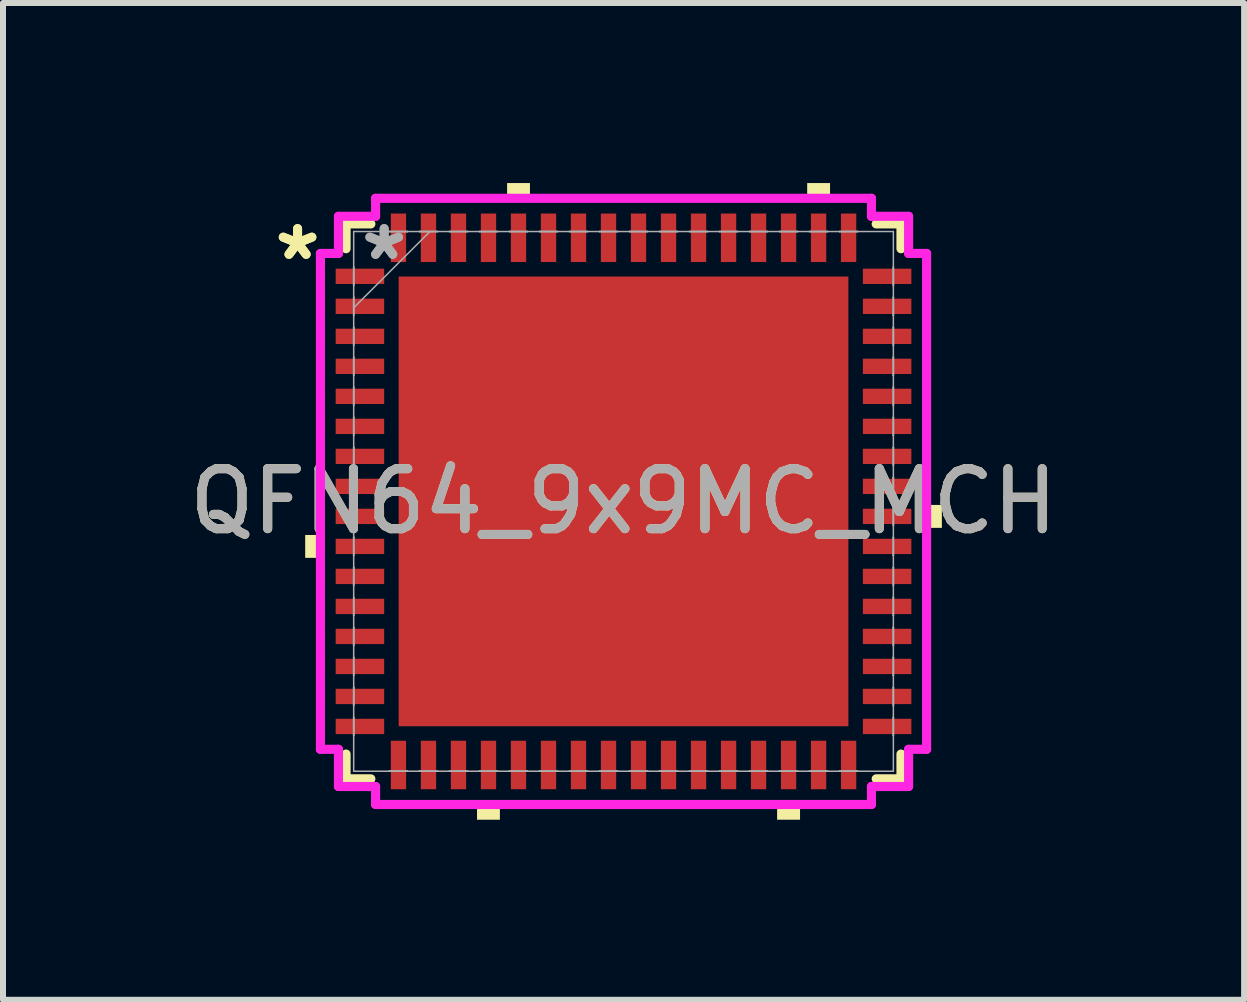
<source format=kicad_pcb>
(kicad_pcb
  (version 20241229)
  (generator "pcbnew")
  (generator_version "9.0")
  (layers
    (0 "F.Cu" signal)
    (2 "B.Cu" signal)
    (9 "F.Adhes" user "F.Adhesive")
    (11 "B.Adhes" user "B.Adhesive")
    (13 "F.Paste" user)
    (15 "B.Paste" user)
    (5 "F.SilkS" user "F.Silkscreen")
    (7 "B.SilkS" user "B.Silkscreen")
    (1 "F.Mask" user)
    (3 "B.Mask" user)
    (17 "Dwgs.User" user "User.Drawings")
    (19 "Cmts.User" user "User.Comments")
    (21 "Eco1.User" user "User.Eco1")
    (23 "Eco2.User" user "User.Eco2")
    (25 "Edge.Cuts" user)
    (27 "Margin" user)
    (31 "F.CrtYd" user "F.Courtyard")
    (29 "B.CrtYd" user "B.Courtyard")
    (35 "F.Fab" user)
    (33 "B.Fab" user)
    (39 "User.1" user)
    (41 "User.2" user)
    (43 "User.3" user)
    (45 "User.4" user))
  (footprint "QFN64_9x9MC_MCH"
    (layer "F.Cu")
    (at 7.339 5.304)
    (property "Reference" "QFN64_9x9MC_MCH" (at 0 0 0) (unlocked yes) (layer "F.SilkS") (effects (font (size 1 1) (thickness 0.15))))
    (attr smd)
    (fp_line (start -4.623 -4.623) (end -4.623 -4.21) (stroke (width 0.152) (type solid)) (layer "F.SilkS"))
    (fp_line (start -4.623 4.21) (end -4.623 4.623) (stroke (width 0.152) (type solid)) (layer "F.SilkS"))
    (fp_line (start -4.623 4.623) (end -4.21 4.623) (stroke (width 0.152) (type solid)) (layer "F.SilkS"))
    (fp_line (start -4.21 -4.623) (end -4.623 -4.623) (stroke (width 0.152) (type solid)) (layer "F.SilkS"))
    (fp_line (start 4.21 4.623) (end 4.623 4.623) (stroke (width 0.152) (type solid)) (layer "F.SilkS"))
    (fp_line (start 4.623 -4.623) (end 4.21 -4.623) (stroke (width 0.152) (type solid)) (layer "F.SilkS"))
    (fp_line (start 4.623 -4.21) (end 4.623 -4.623) (stroke (width 0.152) (type solid)) (layer "F.SilkS"))
    (fp_line (start 4.623 4.623) (end 4.623 4.21) (stroke (width 0.152) (type solid)) (layer "F.SilkS"))
    (fp_poly (pts (xy -5.304 0.56) (xy -5.304 0.941) (xy -5.05 0.941) (xy -5.05 0.56)) (stroke (width 0) (type solid)) (fill yes) (layer "F.SilkS"))
    (fp_poly (pts (xy -2.441 5.05) (xy -2.441 5.304) (xy -2.06 5.304) (xy -2.06 5.05)) (stroke (width 0) (type solid)) (fill yes) (layer "F.SilkS"))
    (fp_poly (pts (xy -1.94 -5.05) (xy -1.94 -5.304) (xy -1.559 -5.304) (xy -1.559 -5.05)) (stroke (width 0) (type solid)) (fill yes) (layer "F.SilkS"))
    (fp_poly (pts (xy 2.559 5.05) (xy 2.559 5.304) (xy 2.941 5.304) (xy 2.941 5.05)) (stroke (width 0) (type solid)) (fill yes) (layer "F.SilkS"))
    (fp_poly (pts (xy 3.06 -5.05) (xy 3.06 -5.304) (xy 3.441 -5.304) (xy 3.441 -5.05)) (stroke (width 0) (type solid)) (fill yes) (layer "F.SilkS"))
    (fp_poly (pts (xy 5.304 0.059) (xy 5.304 0.441) (xy 5.05 0.441) (xy 5.05 0.059)) (stroke (width 0) (type solid)) (fill yes) (layer "F.SilkS"))
    (fp_poly (pts (xy -3.647 -3.647) (xy -3.647 -2.348) (xy -2.348 -2.348) (xy -2.348 -3.647)) (stroke (width 0) (type solid)) (fill yes) (layer "F.Paste"))
    (fp_poly (pts (xy -3.647 -2.148) (xy -3.647 -0.849) (xy -2.348 -0.849) (xy -2.348 -2.148)) (stroke (width 0) (type solid)) (fill yes) (layer "F.Paste"))
    (fp_poly (pts (xy -3.647 -0.649) (xy -3.647 0.649) (xy -2.348 0.649) (xy -2.348 -0.649)) (stroke (width 0) (type solid)) (fill yes) (layer "F.Paste"))
    (fp_poly (pts (xy -3.647 0.849) (xy -3.647 2.148) (xy -2.348 2.148) (xy -2.348 0.849)) (stroke (width 0) (type solid)) (fill yes) (layer "F.Paste"))
    (fp_poly (pts (xy -3.647 2.348) (xy -3.647 3.647) (xy -2.348 3.647) (xy -2.348 2.348)) (stroke (width 0) (type solid)) (fill yes) (layer "F.Paste"))
    (fp_poly (pts (xy -2.148 -3.647) (xy -2.148 -2.348) (xy -0.849 -2.348) (xy -0.849 -3.647)) (stroke (width 0) (type solid)) (fill yes) (layer "F.Paste"))
    (fp_poly (pts (xy -2.148 -2.148) (xy -2.148 -0.849) (xy -0.849 -0.849) (xy -0.849 -2.148)) (stroke (width 0) (type solid)) (fill yes) (layer "F.Paste"))
    (fp_poly (pts (xy -2.148 -0.649) (xy -2.148 0.649) (xy -0.849 0.649) (xy -0.849 -0.649)) (stroke (width 0) (type solid)) (fill yes) (layer "F.Paste"))
    (fp_poly (pts (xy -2.148 0.849) (xy -2.148 2.148) (xy -0.849 2.148) (xy -0.849 0.849)) (stroke (width 0) (type solid)) (fill yes) (layer "F.Paste"))
    (fp_poly (pts (xy -2.148 2.348) (xy -2.148 3.647) (xy -0.849 3.647) (xy -0.849 2.348)) (stroke (width 0) (type solid)) (fill yes) (layer "F.Paste"))
    (fp_poly (pts (xy -0.649 -3.647) (xy -0.649 -2.348) (xy 0.649 -2.348) (xy 0.649 -3.647)) (stroke (width 0) (type solid)) (fill yes) (layer "F.Paste"))
    (fp_poly (pts (xy -0.649 -2.148) (xy -0.649 -0.849) (xy 0.649 -0.849) (xy 0.649 -2.148)) (stroke (width 0) (type solid)) (fill yes) (layer "F.Paste"))
    (fp_poly (pts (xy -0.649 -0.649) (xy -0.649 0.649) (xy 0.649 0.649) (xy 0.649 -0.649)) (stroke (width 0) (type solid)) (fill yes) (layer "F.Paste"))
    (fp_poly (pts (xy -0.649 0.849) (xy -0.649 2.148) (xy 0.649 2.148) (xy 0.649 0.849)) (stroke (width 0) (type solid)) (fill yes) (layer "F.Paste"))
    (fp_poly (pts (xy -0.649 2.348) (xy -0.649 3.647) (xy 0.649 3.647) (xy 0.649 2.348)) (stroke (width 0) (type solid)) (fill yes) (layer "F.Paste"))
    (fp_poly (pts (xy 0.849 -3.647) (xy 0.849 -2.348) (xy 2.148 -2.348) (xy 2.148 -3.647)) (stroke (width 0) (type solid)) (fill yes) (layer "F.Paste"))
    (fp_poly (pts (xy 0.849 -2.148) (xy 0.849 -0.849) (xy 2.148 -0.849) (xy 2.148 -2.148)) (stroke (width 0) (type solid)) (fill yes) (layer "F.Paste"))
    (fp_poly (pts (xy 0.849 -0.649) (xy 0.849 0.649) (xy 2.148 0.649) (xy 2.148 -0.649)) (stroke (width 0) (type solid)) (fill yes) (layer "F.Paste"))
    (fp_poly (pts (xy 0.849 0.849) (xy 0.849 2.148) (xy 2.148 2.148) (xy 2.148 0.849)) (stroke (width 0) (type solid)) (fill yes) (layer "F.Paste"))
    (fp_poly (pts (xy 0.849 2.348) (xy 0.849 3.647) (xy 2.148 3.647) (xy 2.148 2.348)) (stroke (width 0) (type solid)) (fill yes) (layer "F.Paste"))
    (fp_poly (pts (xy 2.348 -3.647) (xy 2.348 -2.348) (xy 3.647 -2.348) (xy 3.647 -3.647)) (stroke (width 0) (type solid)) (fill yes) (layer "F.Paste"))
    (fp_poly (pts (xy 2.348 -2.148) (xy 2.348 -0.849) (xy 3.647 -0.849) (xy 3.647 -2.148)) (stroke (width 0) (type solid)) (fill yes) (layer "F.Paste"))
    (fp_poly (pts (xy 2.348 -0.649) (xy 2.348 0.649) (xy 3.647 0.649) (xy 3.647 -0.649)) (stroke (width 0) (type solid)) (fill yes) (layer "F.Paste"))
    (fp_poly (pts (xy 2.348 0.849) (xy 2.348 2.148) (xy 3.647 2.148) (xy 3.647 0.849)) (stroke (width 0) (type solid)) (fill yes) (layer "F.Paste"))
    (fp_poly (pts (xy 2.348 2.348) (xy 2.348 3.647) (xy 3.647 3.647) (xy 3.647 2.348)) (stroke (width 0) (type solid)) (fill yes) (layer "F.Paste"))
    (fp_line (start -5.05 -4.131) (end -4.75 -4.131) (stroke (width 0.152) (type solid)) (layer "F.CrtYd"))
    (fp_line (start -5.05 4.131) (end -5.05 -4.131) (stroke (width 0.152) (type solid)) (layer "F.CrtYd"))
    (fp_line (start -4.75 -4.75) (end -4.131 -4.75) (stroke (width 0.152) (type solid)) (layer "F.CrtYd"))
    (fp_line (start -4.75 -4.131) (end -4.75 -4.75) (stroke (width 0.152) (type solid)) (layer "F.CrtYd"))
    (fp_line (start -4.75 4.131) (end -5.05 4.131) (stroke (width 0.152) (type solid)) (layer "F.CrtYd"))
    (fp_line (start -4.75 4.75) (end -4.75 4.131) (stroke (width 0.152) (type solid)) (layer "F.CrtYd"))
    (fp_line (start -4.131 -5.05) (end 4.131 -5.05) (stroke (width 0.152) (type solid)) (layer "F.CrtYd"))
    (fp_line (start -4.131 -4.75) (end -4.131 -5.05) (stroke (width 0.152) (type solid)) (layer "F.CrtYd"))
    (fp_line (start -4.131 4.75) (end -4.75 4.75) (stroke (width 0.152) (type solid)) (layer "F.CrtYd"))
    (fp_line (start -4.131 5.05) (end -4.131 4.75) (stroke (width 0.152) (type solid)) (layer "F.CrtYd"))
    (fp_line (start 4.131 -5.05) (end 4.131 -4.75) (stroke (width 0.152) (type solid)) (layer "F.CrtYd"))
    (fp_line (start 4.131 -4.75) (end 4.75 -4.75) (stroke (width 0.152) (type solid)) (layer "F.CrtYd"))
    (fp_line (start 4.131 4.75) (end 4.131 5.05) (stroke (width 0.152) (type solid)) (layer "F.CrtYd"))
    (fp_line (start 4.131 5.05) (end -4.131 5.05) (stroke (width 0.152) (type solid)) (layer "F.CrtYd"))
    (fp_line (start 4.75 -4.75) (end 4.75 -4.131) (stroke (width 0.152) (type solid)) (layer "F.CrtYd"))
    (fp_line (start 4.75 -4.131) (end 5.05 -4.131) (stroke (width 0.152) (type solid)) (layer "F.CrtYd"))
    (fp_line (start 4.75 4.131) (end 4.75 4.75) (stroke (width 0.152) (type solid)) (layer "F.CrtYd"))
    (fp_line (start 4.75 4.75) (end 4.131 4.75) (stroke (width 0.152) (type solid)) (layer "F.CrtYd"))
    (fp_line (start 5.05 -4.131) (end 5.05 4.131) (stroke (width 0.152) (type solid)) (layer "F.CrtYd"))
    (fp_line (start 5.05 4.131) (end 4.75 4.131) (stroke (width 0.152) (type solid)) (layer "F.CrtYd"))
    (fp_line (start -4.496 -4.496) (end -4.496 -4.496) (stroke (width 0.025) (type solid)) (layer "F.Fab"))
    (fp_line (start -4.496 -4.496) (end -4.496 4.496) (stroke (width 0.025) (type solid)) (layer "F.Fab"))
    (fp_line (start -4.496 -3.902) (end -4.496 -3.902) (stroke (width 0.025) (type solid)) (layer "F.Fab"))
    (fp_line (start -4.496 -3.902) (end -4.496 -3.598) (stroke (width 0.025) (type solid)) (layer "F.Fab"))
    (fp_line (start -4.496 -3.598) (end -4.496 -3.902) (stroke (width 0.025) (type solid)) (layer "F.Fab"))
    (fp_line (start -4.496 -3.598) (end -4.496 -3.598) (stroke (width 0.025) (type solid)) (layer "F.Fab"))
    (fp_line (start -4.496 -3.402) (end -4.496 -3.402) (stroke (width 0.025) (type solid)) (layer "F.Fab"))
    (fp_line (start -4.496 -3.402) (end -4.496 -3.098) (stroke (width 0.025) (type solid)) (layer "F.Fab"))
    (fp_line (start -4.496 -3.226) (end -3.226 -4.496) (stroke (width 0.025) (type solid)) (layer "F.Fab"))
    (fp_line (start -4.496 -3.098) (end -4.496 -3.402) (stroke (width 0.025) (type solid)) (layer "F.Fab"))
    (fp_line (start -4.496 -3.098) (end -4.496 -3.098) (stroke (width 0.025) (type solid)) (layer "F.Fab"))
    (fp_line (start -4.496 -2.902) (end -4.496 -2.902) (stroke (width 0.025) (type solid)) (layer "F.Fab"))
    (fp_line (start -4.496 -2.902) (end -4.496 -2.598) (stroke (width 0.025) (type solid)) (layer "F.Fab"))
    (fp_line (start -4.496 -2.598) (end -4.496 -2.902) (stroke (width 0.025) (type solid)) (layer "F.Fab"))
    (fp_line (start -4.496 -2.598) (end -4.496 -2.598) (stroke (width 0.025) (type solid)) (layer "F.Fab"))
    (fp_line (start -4.496 -2.402) (end -4.496 -2.402) (stroke (width 0.025) (type solid)) (layer "F.Fab"))
    (fp_line (start -4.496 -2.402) (end -4.496 -2.098) (stroke (width 0.025) (type solid)) (layer "F.Fab"))
    (fp_line (start -4.496 -2.098) (end -4.496 -2.402) (stroke (width 0.025) (type solid)) (layer "F.Fab"))
    (fp_line (start -4.496 -2.098) (end -4.496 -2.098) (stroke (width 0.025) (type solid)) (layer "F.Fab"))
    (fp_line (start -4.496 -1.902) (end -4.496 -1.902) (stroke (width 0.025) (type solid)) (layer "F.Fab"))
    (fp_line (start -4.496 -1.902) (end -4.496 -1.598) (stroke (width 0.025) (type solid)) (layer "F.Fab"))
    (fp_line (start -4.496 -1.598) (end -4.496 -1.902) (stroke (width 0.025) (type solid)) (layer "F.Fab"))
    (fp_line (start -4.496 -1.598) (end -4.496 -1.598) (stroke (width 0.025) (type solid)) (layer "F.Fab"))
    (fp_line (start -4.496 -1.402) (end -4.496 -1.402) (stroke (width 0.025) (type solid)) (layer "F.Fab"))
    (fp_line (start -4.496 -1.402) (end -4.496 -1.098) (stroke (width 0.025) (type solid)) (layer "F.Fab"))
    (fp_line (start -4.496 -1.098) (end -4.496 -1.402) (stroke (width 0.025) (type solid)) (layer "F.Fab"))
    (fp_line (start -4.496 -1.098) (end -4.496 -1.098) (stroke (width 0.025) (type solid)) (layer "F.Fab"))
    (fp_line (start -4.496 -0.902) (end -4.496 -0.902) (stroke (width 0.025) (type solid)) (layer "F.Fab"))
    (fp_line (start -4.496 -0.902) (end -4.496 -0.598) (stroke (width 0.025) (type solid)) (layer "F.Fab"))
    (fp_line (start -4.496 -0.598) (end -4.496 -0.902) (stroke (width 0.025) (type solid)) (layer "F.Fab"))
    (fp_line (start -4.496 -0.598) (end -4.496 -0.598) (stroke (width 0.025) (type solid)) (layer "F.Fab"))
    (fp_line (start -4.496 -0.402) (end -4.496 -0.402) (stroke (width 0.025) (type solid)) (layer "F.Fab"))
    (fp_line (start -4.496 -0.402) (end -4.496 -0.098) (stroke (width 0.025) (type solid)) (layer "F.Fab"))
    (fp_line (start -4.496 -0.098) (end -4.496 -0.402) (stroke (width 0.025) (type solid)) (layer "F.Fab"))
    (fp_line (start -4.496 -0.098) (end -4.496 -0.098) (stroke (width 0.025) (type solid)) (layer "F.Fab"))
    (fp_line (start -4.496 0.098) (end -4.496 0.098) (stroke (width 0.025) (type solid)) (layer "F.Fab"))
    (fp_line (start -4.496 0.098) (end -4.496 0.402) (stroke (width 0.025) (type solid)) (layer "F.Fab"))
    (fp_line (start -4.496 0.402) (end -4.496 0.098) (stroke (width 0.025) (type solid)) (layer "F.Fab"))
    (fp_line (start -4.496 0.402) (end -4.496 0.402) (stroke (width 0.025) (type solid)) (layer "F.Fab"))
    (fp_line (start -4.496 0.598) (end -4.496 0.598) (stroke (width 0.025) (type solid)) (layer "F.Fab"))
    (fp_line (start -4.496 0.598) (end -4.496 0.902) (stroke (width 0.025) (type solid)) (layer "F.Fab"))
    (fp_line (start -4.496 0.902) (end -4.496 0.598) (stroke (width 0.025) (type solid)) (layer "F.Fab"))
    (fp_line (start -4.496 0.902) (end -4.496 0.902) (stroke (width 0.025) (type solid)) (layer "F.Fab"))
    (fp_line (start -4.496 1.098) (end -4.496 1.098) (stroke (width 0.025) (type solid)) (layer "F.Fab"))
    (fp_line (start -4.496 1.098) (end -4.496 1.402) (stroke (width 0.025) (type solid)) (layer "F.Fab"))
    (fp_line (start -4.496 1.402) (end -4.496 1.098) (stroke (width 0.025) (type solid)) (layer "F.Fab"))
    (fp_line (start -4.496 1.402) (end -4.496 1.402) (stroke (width 0.025) (type solid)) (layer "F.Fab"))
    (fp_line (start -4.496 1.598) (end -4.496 1.598) (stroke (width 0.025) (type solid)) (layer "F.Fab"))
    (fp_line (start -4.496 1.598) (end -4.496 1.902) (stroke (width 0.025) (type solid)) (layer "F.Fab"))
    (fp_line (start -4.496 1.902) (end -4.496 1.598) (stroke (width 0.025) (type solid)) (layer "F.Fab"))
    (fp_line (start -4.496 1.902) (end -4.496 1.902) (stroke (width 0.025) (type solid)) (layer "F.Fab"))
    (fp_line (start -4.496 2.098) (end -4.496 2.098) (stroke (width 0.025) (type solid)) (layer "F.Fab"))
    (fp_line (start -4.496 2.098) (end -4.496 2.402) (stroke (width 0.025) (type solid)) (layer "F.Fab"))
    (fp_line (start -4.496 2.402) (end -4.496 2.098) (stroke (width 0.025) (type solid)) (layer "F.Fab"))
    (fp_line (start -4.496 2.402) (end -4.496 2.402) (stroke (width 0.025) (type solid)) (layer "F.Fab"))
    (fp_line (start -4.496 2.598) (end -4.496 2.598) (stroke (width 0.025) (type solid)) (layer "F.Fab"))
    (fp_line (start -4.496 2.598) (end -4.496 2.902) (stroke (width 0.025) (type solid)) (layer "F.Fab"))
    (fp_line (start -4.496 2.902) (end -4.496 2.598) (stroke (width 0.025) (type solid)) (layer "F.Fab"))
    (fp_line (start -4.496 2.902) (end -4.496 2.902) (stroke (width 0.025) (type solid)) (layer "F.Fab"))
    (fp_line (start -4.496 3.098) (end -4.496 3.098) (stroke (width 0.025) (type solid)) (layer "F.Fab"))
    (fp_line (start -4.496 3.098) (end -4.496 3.402) (stroke (width 0.025) (type solid)) (layer "F.Fab"))
    (fp_line (start -4.496 3.402) (end -4.496 3.098) (stroke (width 0.025) (type solid)) (layer "F.Fab"))
    (fp_line (start -4.496 3.402) (end -4.496 3.402) (stroke (width 0.025) (type solid)) (layer "F.Fab"))
    (fp_line (start -4.496 3.598) (end -4.496 3.598) (stroke (width 0.025) (type solid)) (layer "F.Fab"))
    (fp_line (start -4.496 3.598) (end -4.496 3.902) (stroke (width 0.025) (type solid)) (layer "F.Fab"))
    (fp_line (start -4.496 3.902) (end -4.496 3.598) (stroke (width 0.025) (type solid)) (layer "F.Fab"))
    (fp_line (start -4.496 3.902) (end -4.496 3.902) (stroke (width 0.025) (type solid)) (layer "F.Fab"))
    (fp_line (start -4.496 4.496) (end -4.496 4.496) (stroke (width 0.025) (type solid)) (layer "F.Fab"))
    (fp_line (start -4.496 4.496) (end 4.496 4.496) (stroke (width 0.025) (type solid)) (layer "F.Fab"))
    (fp_line (start -3.902 -4.496) (end -3.902 -4.496) (stroke (width 0.025) (type solid)) (layer "F.Fab"))
    (fp_line (start -3.902 -4.496) (end -3.598 -4.496) (stroke (width 0.025) (type solid)) (layer "F.Fab"))
    (fp_line (start -3.902 4.496) (end -3.902 4.496) (stroke (width 0.025) (type solid)) (layer "F.Fab"))
    (fp_line (start -3.902 4.496) (end -3.598 4.496) (stroke (width 0.025) (type solid)) (layer "F.Fab"))
    (fp_line (start -3.598 -4.496) (end -3.902 -4.496) (stroke (width 0.025) (type solid)) (layer "F.Fab"))
    (fp_line (start -3.598 -4.496) (end -3.598 -4.496) (stroke (width 0.025) (type solid)) (layer "F.Fab"))
    (fp_line (start -3.598 4.496) (end -3.902 4.496) (stroke (width 0.025) (type solid)) (layer "F.Fab"))
    (fp_line (start -3.598 4.496) (end -3.598 4.496) (stroke (width 0.025) (type solid)) (layer "F.Fab"))
    (fp_line (start -3.402 -4.496) (end -3.402 -4.496) (stroke (width 0.025) (type solid)) (layer "F.Fab"))
    (fp_line (start -3.402 -4.496) (end -3.098 -4.496) (stroke (width 0.025) (type solid)) (layer "F.Fab"))
    (fp_line (start -3.402 4.496) (end -3.402 4.496) (stroke (width 0.025) (type solid)) (layer "F.Fab"))
    (fp_line (start -3.402 4.496) (end -3.098 4.496) (stroke (width 0.025) (type solid)) (layer "F.Fab"))
    (fp_line (start -3.098 -4.496) (end -3.402 -4.496) (stroke (width 0.025) (type solid)) (layer "F.Fab"))
    (fp_line (start -3.098 -4.496) (end -3.098 -4.496) (stroke (width 0.025) (type solid)) (layer "F.Fab"))
    (fp_line (start -3.098 4.496) (end -3.402 4.496) (stroke (width 0.025) (type solid)) (layer "F.Fab"))
    (fp_line (start -3.098 4.496) (end -3.098 4.496) (stroke (width 0.025) (type solid)) (layer "F.Fab"))
    (fp_line (start -2.902 -4.496) (end -2.902 -4.496) (stroke (width 0.025) (type solid)) (layer "F.Fab"))
    (fp_line (start -2.902 -4.496) (end -2.598 -4.496) (stroke (width 0.025) (type solid)) (layer "F.Fab"))
    (fp_line (start -2.902 4.496) (end -2.902 4.496) (stroke (width 0.025) (type solid)) (layer "F.Fab"))
    (fp_line (start -2.902 4.496) (end -2.598 4.496) (stroke (width 0.025) (type solid)) (layer "F.Fab"))
    (fp_line (start -2.598 -4.496) (end -2.902 -4.496) (stroke (width 0.025) (type solid)) (layer "F.Fab"))
    (fp_line (start -2.598 -4.496) (end -2.598 -4.496) (stroke (width 0.025) (type solid)) (layer "F.Fab"))
    (fp_line (start -2.598 4.496) (end -2.902 4.496) (stroke (width 0.025) (type solid)) (layer "F.Fab"))
    (fp_line (start -2.598 4.496) (end -2.598 4.496) (stroke (width 0.025) (type solid)) (layer "F.Fab"))
    (fp_line (start -2.402 -4.496) (end -2.402 -4.496) (stroke (width 0.025) (type solid)) (layer "F.Fab"))
    (fp_line (start -2.402 -4.496) (end -2.098 -4.496) (stroke (width 0.025) (type solid)) (layer "F.Fab"))
    (fp_line (start -2.402 4.496) (end -2.402 4.496) (stroke (width 0.025) (type solid)) (layer "F.Fab"))
    (fp_line (start -2.402 4.496) (end -2.098 4.496) (stroke (width 0.025) (type solid)) (layer "F.Fab"))
    (fp_line (start -2.098 -4.496) (end -2.402 -4.496) (stroke (width 0.025) (type solid)) (layer "F.Fab"))
    (fp_line (start -2.098 -4.496) (end -2.098 -4.496) (stroke (width 0.025) (type solid)) (layer "F.Fab"))
    (fp_line (start -2.098 4.496) (end -2.402 4.496) (stroke (width 0.025) (type solid)) (layer "F.Fab"))
    (fp_line (start -2.098 4.496) (end -2.098 4.496) (stroke (width 0.025) (type solid)) (layer "F.Fab"))
    (fp_line (start -1.902 -4.496) (end -1.902 -4.496) (stroke (width 0.025) (type solid)) (layer "F.Fab"))
    (fp_line (start -1.902 -4.496) (end -1.598 -4.496) (stroke (width 0.025) (type solid)) (layer "F.Fab"))
    (fp_line (start -1.902 4.496) (end -1.902 4.496) (stroke (width 0.025) (type solid)) (layer "F.Fab"))
    (fp_line (start -1.902 4.496) (end -1.598 4.496) (stroke (width 0.025) (type solid)) (layer "F.Fab"))
    (fp_line (start -1.598 -4.496) (end -1.902 -4.496) (stroke (width 0.025) (type solid)) (layer "F.Fab"))
    (fp_line (start -1.598 -4.496) (end -1.598 -4.496) (stroke (width 0.025) (type solid)) (layer "F.Fab"))
    (fp_line (start -1.598 4.496) (end -1.902 4.496) (stroke (width 0.025) (type solid)) (layer "F.Fab"))
    (fp_line (start -1.598 4.496) (end -1.598 4.496) (stroke (width 0.025) (type solid)) (layer "F.Fab"))
    (fp_line (start -1.402 -4.496) (end -1.402 -4.496) (stroke (width 0.025) (type solid)) (layer "F.Fab"))
    (fp_line (start -1.402 -4.496) (end -1.098 -4.496) (stroke (width 0.025) (type solid)) (layer "F.Fab"))
    (fp_line (start -1.402 4.496) (end -1.402 4.496) (stroke (width 0.025) (type solid)) (layer "F.Fab"))
    (fp_line (start -1.402 4.496) (end -1.098 4.496) (stroke (width 0.025) (type solid)) (layer "F.Fab"))
    (fp_line (start -1.098 -4.496) (end -1.402 -4.496) (stroke (width 0.025) (type solid)) (layer "F.Fab"))
    (fp_line (start -1.098 -4.496) (end -1.098 -4.496) (stroke (width 0.025) (type solid)) (layer "F.Fab"))
    (fp_line (start -1.098 4.496) (end -1.402 4.496) (stroke (width 0.025) (type solid)) (layer "F.Fab"))
    (fp_line (start -1.098 4.496) (end -1.098 4.496) (stroke (width 0.025) (type solid)) (layer "F.Fab"))
    (fp_line (start -0.902 -4.496) (end -0.902 -4.496) (stroke (width 0.025) (type solid)) (layer "F.Fab"))
    (fp_line (start -0.902 -4.496) (end -0.598 -4.496) (stroke (width 0.025) (type solid)) (layer "F.Fab"))
    (fp_line (start -0.902 4.496) (end -0.902 4.496) (stroke (width 0.025) (type solid)) (layer "F.Fab"))
    (fp_line (start -0.902 4.496) (end -0.598 4.496) (stroke (width 0.025) (type solid)) (layer "F.Fab"))
    (fp_line (start -0.598 -4.496) (end -0.902 -4.496) (stroke (width 0.025) (type solid)) (layer "F.Fab"))
    (fp_line (start -0.598 -4.496) (end -0.598 -4.496) (stroke (width 0.025) (type solid)) (layer "F.Fab"))
    (fp_line (start -0.598 4.496) (end -0.902 4.496) (stroke (width 0.025) (type solid)) (layer "F.Fab"))
    (fp_line (start -0.598 4.496) (end -0.598 4.496) (stroke (width 0.025) (type solid)) (layer "F.Fab"))
    (fp_line (start -0.402 -4.496) (end -0.402 -4.496) (stroke (width 0.025) (type solid)) (layer "F.Fab"))
    (fp_line (start -0.402 -4.496) (end -0.098 -4.496) (stroke (width 0.025) (type solid)) (layer "F.Fab"))
    (fp_line (start -0.402 4.496) (end -0.402 4.496) (stroke (width 0.025) (type solid)) (layer "F.Fab"))
    (fp_line (start -0.402 4.496) (end -0.098 4.496) (stroke (width 0.025) (type solid)) (layer "F.Fab"))
    (fp_line (start -0.098 -4.496) (end -0.402 -4.496) (stroke (width 0.025) (type solid)) (layer "F.Fab"))
    (fp_line (start -0.098 -4.496) (end -0.098 -4.496) (stroke (width 0.025) (type solid)) (layer "F.Fab"))
    (fp_line (start -0.098 4.496) (end -0.402 4.496) (stroke (width 0.025) (type solid)) (layer "F.Fab"))
    (fp_line (start -0.098 4.496) (end -0.098 4.496) (stroke (width 0.025) (type solid)) (layer "F.Fab"))
    (fp_line (start 0.098 -4.496) (end 0.098 -4.496) (stroke (width 0.025) (type solid)) (layer "F.Fab"))
    (fp_line (start 0.098 -4.496) (end 0.402 -4.496) (stroke (width 0.025) (type solid)) (layer "F.Fab"))
    (fp_line (start 0.098 4.496) (end 0.098 4.496) (stroke (width 0.025) (type solid)) (layer "F.Fab"))
    (fp_line (start 0.098 4.496) (end 0.402 4.496) (stroke (width 0.025) (type solid)) (layer "F.Fab"))
    (fp_line (start 0.402 -4.496) (end 0.098 -4.496) (stroke (width 0.025) (type solid)) (layer "F.Fab"))
    (fp_line (start 0.402 -4.496) (end 0.402 -4.496) (stroke (width 0.025) (type solid)) (layer "F.Fab"))
    (fp_line (start 0.402 4.496) (end 0.098 4.496) (stroke (width 0.025) (type solid)) (layer "F.Fab"))
    (fp_line (start 0.402 4.496) (end 0.402 4.496) (stroke (width 0.025) (type solid)) (layer "F.Fab"))
    (fp_line (start 0.598 -4.496) (end 0.598 -4.496) (stroke (width 0.025) (type solid)) (layer "F.Fab"))
    (fp_line (start 0.598 -4.496) (end 0.902 -4.496) (stroke (width 0.025) (type solid)) (layer "F.Fab"))
    (fp_line (start 0.598 4.496) (end 0.598 4.496) (stroke (width 0.025) (type solid)) (layer "F.Fab"))
    (fp_line (start 0.598 4.496) (end 0.902 4.496) (stroke (width 0.025) (type solid)) (layer "F.Fab"))
    (fp_line (start 0.902 -4.496) (end 0.598 -4.496) (stroke (width 0.025) (type solid)) (layer "F.Fab"))
    (fp_line (start 0.902 -4.496) (end 0.902 -4.496) (stroke (width 0.025) (type solid)) (layer "F.Fab"))
    (fp_line (start 0.902 4.496) (end 0.598 4.496) (stroke (width 0.025) (type solid)) (layer "F.Fab"))
    (fp_line (start 0.902 4.496) (end 0.902 4.496) (stroke (width 0.025) (type solid)) (layer "F.Fab"))
    (fp_line (start 1.098 -4.496) (end 1.098 -4.496) (stroke (width 0.025) (type solid)) (layer "F.Fab"))
    (fp_line (start 1.098 -4.496) (end 1.402 -4.496) (stroke (width 0.025) (type solid)) (layer "F.Fab"))
    (fp_line (start 1.098 4.496) (end 1.098 4.496) (stroke (width 0.025) (type solid)) (layer "F.Fab"))
    (fp_line (start 1.098 4.496) (end 1.402 4.496) (stroke (width 0.025) (type solid)) (layer "F.Fab"))
    (fp_line (start 1.402 -4.496) (end 1.098 -4.496) (stroke (width 0.025) (type solid)) (layer "F.Fab"))
    (fp_line (start 1.402 -4.496) (end 1.402 -4.496) (stroke (width 0.025) (type solid)) (layer "F.Fab"))
    (fp_line (start 1.402 4.496) (end 1.098 4.496) (stroke (width 0.025) (type solid)) (layer "F.Fab"))
    (fp_line (start 1.402 4.496) (end 1.402 4.496) (stroke (width 0.025) (type solid)) (layer "F.Fab"))
    (fp_line (start 1.598 -4.496) (end 1.598 -4.496) (stroke (width 0.025) (type solid)) (layer "F.Fab"))
    (fp_line (start 1.598 -4.496) (end 1.902 -4.496) (stroke (width 0.025) (type solid)) (layer "F.Fab"))
    (fp_line (start 1.598 4.496) (end 1.598 4.496) (stroke (width 0.025) (type solid)) (layer "F.Fab"))
    (fp_line (start 1.598 4.496) (end 1.902 4.496) (stroke (width 0.025) (type solid)) (layer "F.Fab"))
    (fp_line (start 1.902 -4.496) (end 1.598 -4.496) (stroke (width 0.025) (type solid)) (layer "F.Fab"))
    (fp_line (start 1.902 -4.496) (end 1.902 -4.496) (stroke (width 0.025) (type solid)) (layer "F.Fab"))
    (fp_line (start 1.902 4.496) (end 1.598 4.496) (stroke (width 0.025) (type solid)) (layer "F.Fab"))
    (fp_line (start 1.902 4.496) (end 1.902 4.496) (stroke (width 0.025) (type solid)) (layer "F.Fab"))
    (fp_line (start 2.098 -4.496) (end 2.098 -4.496) (stroke (width 0.025) (type solid)) (layer "F.Fab"))
    (fp_line (start 2.098 -4.496) (end 2.402 -4.496) (stroke (width 0.025) (type solid)) (layer "F.Fab"))
    (fp_line (start 2.098 4.496) (end 2.098 4.496) (stroke (width 0.025) (type solid)) (layer "F.Fab"))
    (fp_line (start 2.098 4.496) (end 2.402 4.496) (stroke (width 0.025) (type solid)) (layer "F.Fab"))
    (fp_line (start 2.402 -4.496) (end 2.098 -4.496) (stroke (width 0.025) (type solid)) (layer "F.Fab"))
    (fp_line (start 2.402 -4.496) (end 2.402 -4.496) (stroke (width 0.025) (type solid)) (layer "F.Fab"))
    (fp_line (start 2.402 4.496) (end 2.098 4.496) (stroke (width 0.025) (type solid)) (layer "F.Fab"))
    (fp_line (start 2.402 4.496) (end 2.402 4.496) (stroke (width 0.025) (type solid)) (layer "F.Fab"))
    (fp_line (start 2.598 -4.496) (end 2.598 -4.496) (stroke (width 0.025) (type solid)) (layer "F.Fab"))
    (fp_line (start 2.598 -4.496) (end 2.902 -4.496) (stroke (width 0.025) (type solid)) (layer "F.Fab"))
    (fp_line (start 2.598 4.496) (end 2.598 4.496) (stroke (width 0.025) (type solid)) (layer "F.Fab"))
    (fp_line (start 2.598 4.496) (end 2.902 4.496) (stroke (width 0.025) (type solid)) (layer "F.Fab"))
    (fp_line (start 2.902 -4.496) (end 2.598 -4.496) (stroke (width 0.025) (type solid)) (layer "F.Fab"))
    (fp_line (start 2.902 -4.496) (end 2.902 -4.496) (stroke (width 0.025) (type solid)) (layer "F.Fab"))
    (fp_line (start 2.902 4.496) (end 2.598 4.496) (stroke (width 0.025) (type solid)) (layer "F.Fab"))
    (fp_line (start 2.902 4.496) (end 2.902 4.496) (stroke (width 0.025) (type solid)) (layer "F.Fab"))
    (fp_line (start 3.098 -4.496) (end 3.098 -4.496) (stroke (width 0.025) (type solid)) (layer "F.Fab"))
    (fp_line (start 3.098 -4.496) (end 3.402 -4.496) (stroke (width 0.025) (type solid)) (layer "F.Fab"))
    (fp_line (start 3.098 4.496) (end 3.098 4.496) (stroke (width 0.025) (type solid)) (layer "F.Fab"))
    (fp_line (start 3.098 4.496) (end 3.402 4.496) (stroke (width 0.025) (type solid)) (layer "F.Fab"))
    (fp_line (start 3.402 -4.496) (end 3.098 -4.496) (stroke (width 0.025) (type solid)) (layer "F.Fab"))
    (fp_line (start 3.402 -4.496) (end 3.402 -4.496) (stroke (width 0.025) (type solid)) (layer "F.Fab"))
    (fp_line (start 3.402 4.496) (end 3.098 4.496) (stroke (width 0.025) (type solid)) (layer "F.Fab"))
    (fp_line (start 3.402 4.496) (end 3.402 4.496) (stroke (width 0.025) (type solid)) (layer "F.Fab"))
    (fp_line (start 3.598 -4.496) (end 3.598 -4.496) (stroke (width 0.025) (type solid)) (layer "F.Fab"))
    (fp_line (start 3.598 -4.496) (end 3.902 -4.496) (stroke (width 0.025) (type solid)) (layer "F.Fab"))
    (fp_line (start 3.598 4.496) (end 3.598 4.496) (stroke (width 0.025) (type solid)) (layer "F.Fab"))
    (fp_line (start 3.598 4.496) (end 3.902 4.496) (stroke (width 0.025) (type solid)) (layer "F.Fab"))
    (fp_line (start 3.902 -4.496) (end 3.598 -4.496) (stroke (width 0.025) (type solid)) (layer "F.Fab"))
    (fp_line (start 3.902 -4.496) (end 3.902 -4.496) (stroke (width 0.025) (type solid)) (layer "F.Fab"))
    (fp_line (start 3.902 4.496) (end 3.598 4.496) (stroke (width 0.025) (type solid)) (layer "F.Fab"))
    (fp_line (start 3.902 4.496) (end 3.902 4.496) (stroke (width 0.025) (type solid)) (layer "F.Fab"))
    (fp_line (start 4.496 -4.496) (end -4.496 -4.496) (stroke (width 0.025) (type solid)) (layer "F.Fab"))
    (fp_line (start 4.496 -4.496) (end 4.496 -4.496) (stroke (width 0.025) (type solid)) (layer "F.Fab"))
    (fp_line (start 4.496 -3.902) (end 4.496 -3.902) (stroke (width 0.025) (type solid)) (layer "F.Fab"))
    (fp_line (start 4.496 -3.902) (end 4.496 -3.598) (stroke (width 0.025) (type solid)) (layer "F.Fab"))
    (fp_line (start 4.496 -3.598) (end 4.496 -3.902) (stroke (width 0.025) (type solid)) (layer "F.Fab"))
    (fp_line (start 4.496 -3.598) (end 4.496 -3.598) (stroke (width 0.025) (type solid)) (layer "F.Fab"))
    (fp_line (start 4.496 -3.402) (end 4.496 -3.402) (stroke (width 0.025) (type solid)) (layer "F.Fab"))
    (fp_line (start 4.496 -3.402) (end 4.496 -3.098) (stroke (width 0.025) (type solid)) (layer "F.Fab"))
    (fp_line (start 4.496 -3.098) (end 4.496 -3.402) (stroke (width 0.025) (type solid)) (layer "F.Fab"))
    (fp_line (start 4.496 -3.098) (end 4.496 -3.098) (stroke (width 0.025) (type solid)) (layer "F.Fab"))
    (fp_line (start 4.496 -2.902) (end 4.496 -2.902) (stroke (width 0.025) (type solid)) (layer "F.Fab"))
    (fp_line (start 4.496 -2.902) (end 4.496 -2.598) (stroke (width 0.025) (type solid)) (layer "F.Fab"))
    (fp_line (start 4.496 -2.598) (end 4.496 -2.902) (stroke (width 0.025) (type solid)) (layer "F.Fab"))
    (fp_line (start 4.496 -2.598) (end 4.496 -2.598) (stroke (width 0.025) (type solid)) (layer "F.Fab"))
    (fp_line (start 4.496 -2.402) (end 4.496 -2.402) (stroke (width 0.025) (type solid)) (layer "F.Fab"))
    (fp_line (start 4.496 -2.402) (end 4.496 -2.098) (stroke (width 0.025) (type solid)) (layer "F.Fab"))
    (fp_line (start 4.496 -2.098) (end 4.496 -2.402) (stroke (width 0.025) (type solid)) (layer "F.Fab"))
    (fp_line (start 4.496 -2.098) (end 4.496 -2.098) (stroke (width 0.025) (type solid)) (layer "F.Fab"))
    (fp_line (start 4.496 -1.902) (end 4.496 -1.902) (stroke (width 0.025) (type solid)) (layer "F.Fab"))
    (fp_line (start 4.496 -1.902) (end 4.496 -1.598) (stroke (width 0.025) (type solid)) (layer "F.Fab"))
    (fp_line (start 4.496 -1.598) (end 4.496 -1.902) (stroke (width 0.025) (type solid)) (layer "F.Fab"))
    (fp_line (start 4.496 -1.598) (end 4.496 -1.598) (stroke (width 0.025) (type solid)) (layer "F.Fab"))
    (fp_line (start 4.496 -1.402) (end 4.496 -1.402) (stroke (width 0.025) (type solid)) (layer "F.Fab"))
    (fp_line (start 4.496 -1.402) (end 4.496 -1.098) (stroke (width 0.025) (type solid)) (layer "F.Fab"))
    (fp_line (start 4.496 -1.098) (end 4.496 -1.402) (stroke (width 0.025) (type solid)) (layer "F.Fab"))
    (fp_line (start 4.496 -1.098) (end 4.496 -1.098) (stroke (width 0.025) (type solid)) (layer "F.Fab"))
    (fp_line (start 4.496 -0.902) (end 4.496 -0.902) (stroke (width 0.025) (type solid)) (layer "F.Fab"))
    (fp_line (start 4.496 -0.902) (end 4.496 -0.598) (stroke (width 0.025) (type solid)) (layer "F.Fab"))
    (fp_line (start 4.496 -0.598) (end 4.496 -0.902) (stroke (width 0.025) (type solid)) (layer "F.Fab"))
    (fp_line (start 4.496 -0.598) (end 4.496 -0.598) (stroke (width 0.025) (type solid)) (layer "F.Fab"))
    (fp_line (start 4.496 -0.402) (end 4.496 -0.402) (stroke (width 0.025) (type solid)) (layer "F.Fab"))
    (fp_line (start 4.496 -0.402) (end 4.496 -0.098) (stroke (width 0.025) (type solid)) (layer "F.Fab"))
    (fp_line (start 4.496 -0.098) (end 4.496 -0.402) (stroke (width 0.025) (type solid)) (layer "F.Fab"))
    (fp_line (start 4.496 -0.098) (end 4.496 -0.098) (stroke (width 0.025) (type solid)) (layer "F.Fab"))
    (fp_line (start 4.496 0.098) (end 4.496 0.098) (stroke (width 0.025) (type solid)) (layer "F.Fab"))
    (fp_line (start 4.496 0.098) (end 4.496 0.402) (stroke (width 0.025) (type solid)) (layer "F.Fab"))
    (fp_line (start 4.496 0.402) (end 4.496 0.098) (stroke (width 0.025) (type solid)) (layer "F.Fab"))
    (fp_line (start 4.496 0.402) (end 4.496 0.402) (stroke (width 0.025) (type solid)) (layer "F.Fab"))
    (fp_line (start 4.496 0.598) (end 4.496 0.598) (stroke (width 0.025) (type solid)) (layer "F.Fab"))
    (fp_line (start 4.496 0.598) (end 4.496 0.902) (stroke (width 0.025) (type solid)) (layer "F.Fab"))
    (fp_line (start 4.496 0.902) (end 4.496 0.598) (stroke (width 0.025) (type solid)) (layer "F.Fab"))
    (fp_line (start 4.496 0.902) (end 4.496 0.902) (stroke (width 0.025) (type solid)) (layer "F.Fab"))
    (fp_line (start 4.496 1.098) (end 4.496 1.098) (stroke (width 0.025) (type solid)) (layer "F.Fab"))
    (fp_line (start 4.496 1.098) (end 4.496 1.402) (stroke (width 0.025) (type solid)) (layer "F.Fab"))
    (fp_line (start 4.496 1.402) (end 4.496 1.098) (stroke (width 0.025) (type solid)) (layer "F.Fab"))
    (fp_line (start 4.496 1.402) (end 4.496 1.402) (stroke (width 0.025) (type solid)) (layer "F.Fab"))
    (fp_line (start 4.496 1.598) (end 4.496 1.598) (stroke (width 0.025) (type solid)) (layer "F.Fab"))
    (fp_line (start 4.496 1.598) (end 4.496 1.902) (stroke (width 0.025) (type solid)) (layer "F.Fab"))
    (fp_line (start 4.496 1.902) (end 4.496 1.598) (stroke (width 0.025) (type solid)) (layer "F.Fab"))
    (fp_line (start 4.496 1.902) (end 4.496 1.902) (stroke (width 0.025) (type solid)) (layer "F.Fab"))
    (fp_line (start 4.496 2.098) (end 4.496 2.098) (stroke (width 0.025) (type solid)) (layer "F.Fab"))
    (fp_line (start 4.496 2.098) (end 4.496 2.402) (stroke (width 0.025) (type solid)) (layer "F.Fab"))
    (fp_line (start 4.496 2.402) (end 4.496 2.098) (stroke (width 0.025) (type solid)) (layer "F.Fab"))
    (fp_line (start 4.496 2.402) (end 4.496 2.402) (stroke (width 0.025) (type solid)) (layer "F.Fab"))
    (fp_line (start 4.496 2.598) (end 4.496 2.598) (stroke (width 0.025) (type solid)) (layer "F.Fab"))
    (fp_line (start 4.496 2.598) (end 4.496 2.902) (stroke (width 0.025) (type solid)) (layer "F.Fab"))
    (fp_line (start 4.496 2.902) (end 4.496 2.598) (stroke (width 0.025) (type solid)) (layer "F.Fab"))
    (fp_line (start 4.496 2.902) (end 4.496 2.902) (stroke (width 0.025) (type solid)) (layer "F.Fab"))
    (fp_line (start 4.496 3.098) (end 4.496 3.098) (stroke (width 0.025) (type solid)) (layer "F.Fab"))
    (fp_line (start 4.496 3.098) (end 4.496 3.402) (stroke (width 0.025) (type solid)) (layer "F.Fab"))
    (fp_line (start 4.496 3.402) (end 4.496 3.098) (stroke (width 0.025) (type solid)) (layer "F.Fab"))
    (fp_line (start 4.496 3.402) (end 4.496 3.402) (stroke (width 0.025) (type solid)) (layer "F.Fab"))
    (fp_line (start 4.496 3.598) (end 4.496 3.598) (stroke (width 0.025) (type solid)) (layer "F.Fab"))
    (fp_line (start 4.496 3.598) (end 4.496 3.902) (stroke (width 0.025) (type solid)) (layer "F.Fab"))
    (fp_line (start 4.496 3.902) (end 4.496 3.598) (stroke (width 0.025) (type solid)) (layer "F.Fab"))
    (fp_line (start 4.496 3.902) (end 4.496 3.902) (stroke (width 0.025) (type solid)) (layer "F.Fab"))
    (fp_line (start 4.496 4.496) (end 4.496 -4.496) (stroke (width 0.025) (type solid)) (layer "F.Fab"))
    (fp_line (start 4.496 4.496) (end 4.496 4.496) (stroke (width 0.025) (type solid)) (layer "F.Fab"))
    (fp_text user "*" (at -5.431 -4 0) (layer "F.SilkS") (effects (font (size 1 1) (thickness 0.15))))
    (fp_text user "*" (at -5.431 -4 0) (unlocked yes) (layer "F.SilkS") (effects (font (size 1 1) (thickness 0.15))))
    (fp_text user "*" (at -3.988 -4 0) (layer "F.Fab") (effects (font (size 1 1) (thickness 0.15))))
    (fp_text user "${REFERENCE}" (at 0 0 0) (unlocked yes) (layer "F.Fab") (effects (font (size 1 1) (thickness 0.15))))
    (fp_text user "*" (at -3.988 -4 0) (unlocked yes) (layer "F.Fab") (effects (font (size 1 1) (thickness 0.15))))
    (pad "1" smd rect (at -4.392 -3.75 90) (size 0.255 0.808) (layers "F.Cu" "F.Mask" "F.Paste"))
    (pad "2" smd rect (at -4.392 -3.25 90) (size 0.255 0.808) (layers "F.Cu" "F.Mask" "F.Paste"))
    (pad "3" smd rect (at -4.392 -2.75 90) (size 0.255 0.808) (layers "F.Cu" "F.Mask" "F.Paste"))
    (pad "4" smd rect (at -4.392 -2.25 90) (size 0.255 0.808) (layers "F.Cu" "F.Mask" "F.Paste"))
    (pad "5" smd rect (at -4.392 -1.75 90) (size 0.255 0.808) (layers "F.Cu" "F.Mask" "F.Paste"))
    (pad "6" smd rect (at -4.392 -1.25 90) (size 0.255 0.808) (layers "F.Cu" "F.Mask" "F.Paste"))
    (pad "7" smd rect (at -4.392 -0.75 90) (size 0.255 0.808) (layers "F.Cu" "F.Mask" "F.Paste"))
    (pad "8" smd rect (at -4.392 -0.25 90) (size 0.255 0.808) (layers "F.Cu" "F.Mask" "F.Paste"))
    (pad "9" smd rect (at -4.392 0.25 90) (size 0.255 0.808) (layers "F.Cu" "F.Mask" "F.Paste"))
    (pad "10" smd rect (at -4.392 0.75 90) (size 0.255 0.808) (layers "F.Cu" "F.Mask" "F.Paste"))
    (pad "11" smd rect (at -4.392 1.25 90) (size 0.255 0.808) (layers "F.Cu" "F.Mask" "F.Paste"))
    (pad "12" smd rect (at -4.392 1.75 90) (size 0.255 0.808) (layers "F.Cu" "F.Mask" "F.Paste"))
    (pad "13" smd rect (at -4.392 2.25 90) (size 0.255 0.808) (layers "F.Cu" "F.Mask" "F.Paste"))
    (pad "14" smd rect (at -4.392 2.75 90) (size 0.255 0.808) (layers "F.Cu" "F.Mask" "F.Paste"))
    (pad "15" smd rect (at -4.392 3.25 90) (size 0.255 0.808) (layers "F.Cu" "F.Mask" "F.Paste"))
    (pad "16" smd rect (at -4.392 3.75 90) (size 0.255 0.808) (layers "F.Cu" "F.Mask" "F.Paste"))
    (pad "17" smd rect (at -3.75 4.392) (size 0.255 0.808) (layers "F.Cu" "F.Mask" "F.Paste"))
    (pad "18" smd rect (at -3.25 4.392) (size 0.255 0.808) (layers "F.Cu" "F.Mask" "F.Paste"))
    (pad "19" smd rect (at -2.75 4.392) (size 0.255 0.808) (layers "F.Cu" "F.Mask" "F.Paste"))
    (pad "20" smd rect (at -2.25 4.392) (size 0.255 0.808) (layers "F.Cu" "F.Mask" "F.Paste"))
    (pad "21" smd rect (at -1.75 4.392) (size 0.255 0.808) (layers "F.Cu" "F.Mask" "F.Paste"))
    (pad "22" smd rect (at -1.25 4.392) (size 0.255 0.808) (layers "F.Cu" "F.Mask" "F.Paste"))
    (pad "23" smd rect (at -0.75 4.392) (size 0.255 0.808) (layers "F.Cu" "F.Mask" "F.Paste"))
    (pad "24" smd rect (at -0.25 4.392) (size 0.255 0.808) (layers "F.Cu" "F.Mask" "F.Paste"))
    (pad "25" smd rect (at 0.25 4.392) (size 0.255 0.808) (layers "F.Cu" "F.Mask" "F.Paste"))
    (pad "26" smd rect (at 0.75 4.392) (size 0.255 0.808) (layers "F.Cu" "F.Mask" "F.Paste"))
    (pad "27" smd rect (at 1.25 4.392) (size 0.255 0.808) (layers "F.Cu" "F.Mask" "F.Paste"))
    (pad "28" smd rect (at 1.75 4.392) (size 0.255 0.808) (layers "F.Cu" "F.Mask" "F.Paste"))
    (pad "29" smd rect (at 2.25 4.392) (size 0.255 0.808) (layers "F.Cu" "F.Mask" "F.Paste"))
    (pad "30" smd rect (at 2.75 4.392) (size 0.255 0.808) (layers "F.Cu" "F.Mask" "F.Paste"))
    (pad "31" smd rect (at 3.25 4.392) (size 0.255 0.808) (layers "F.Cu" "F.Mask" "F.Paste"))
    (pad "32" smd rect (at 3.75 4.392) (size 0.255 0.808) (layers "F.Cu" "F.Mask" "F.Paste"))
    (pad "33" smd rect (at 4.392 3.75 90) (size 0.255 0.808) (layers "F.Cu" "F.Mask" "F.Paste"))
    (pad "34" smd rect (at 4.392 3.25 90) (size 0.255 0.808) (layers "F.Cu" "F.Mask" "F.Paste"))
    (pad "35" smd rect (at 4.392 2.75 90) (size 0.255 0.808) (layers "F.Cu" "F.Mask" "F.Paste"))
    (pad "36" smd rect (at 4.392 2.25 90) (size 0.255 0.808) (layers "F.Cu" "F.Mask" "F.Paste"))
    (pad "37" smd rect (at 4.392 1.75 90) (size 0.255 0.808) (layers "F.Cu" "F.Mask" "F.Paste"))
    (pad "38" smd rect (at 4.392 1.25 90) (size 0.255 0.808) (layers "F.Cu" "F.Mask" "F.Paste"))
    (pad "39" smd rect (at 4.392 0.75 90) (size 0.255 0.808) (layers "F.Cu" "F.Mask" "F.Paste"))
    (pad "40" smd rect (at 4.392 0.25 90) (size 0.255 0.808) (layers "F.Cu" "F.Mask" "F.Paste"))
    (pad "41" smd rect (at 4.392 -0.25 90) (size 0.255 0.808) (layers "F.Cu" "F.Mask" "F.Paste"))
    (pad "42" smd rect (at 4.392 -0.75 90) (size 0.255 0.808) (layers "F.Cu" "F.Mask" "F.Paste"))
    (pad "43" smd rect (at 4.392 -1.25 90) (size 0.255 0.808) (layers "F.Cu" "F.Mask" "F.Paste"))
    (pad "44" smd rect (at 4.392 -1.75 90) (size 0.255 0.808) (layers "F.Cu" "F.Mask" "F.Paste"))
    (pad "45" smd rect (at 4.392 -2.25 90) (size 0.255 0.808) (layers "F.Cu" "F.Mask" "F.Paste"))
    (pad "46" smd rect (at 4.392 -2.75 90) (size 0.255 0.808) (layers "F.Cu" "F.Mask" "F.Paste"))
    (pad "47" smd rect (at 4.392 -3.25 90) (size 0.255 0.808) (layers "F.Cu" "F.Mask" "F.Paste"))
    (pad "48" smd rect (at 4.392 -3.75 90) (size 0.255 0.808) (layers "F.Cu" "F.Mask" "F.Paste"))
    (pad "49" smd rect (at 3.75 -4.392) (size 0.255 0.808) (layers "F.Cu" "F.Mask" "F.Paste"))
    (pad "50" smd rect (at 3.25 -4.392) (size 0.255 0.808) (layers "F.Cu" "F.Mask" "F.Paste"))
    (pad "51" smd rect (at 2.75 -4.392) (size 0.255 0.808) (layers "F.Cu" "F.Mask" "F.Paste"))
    (pad "52" smd rect (at 2.25 -4.392) (size 0.255 0.808) (layers "F.Cu" "F.Mask" "F.Paste"))
    (pad "53" smd rect (at 1.75 -4.392) (size 0.255 0.808) (layers "F.Cu" "F.Mask" "F.Paste"))
    (pad "54" smd rect (at 1.25 -4.392) (size 0.255 0.808) (layers "F.Cu" "F.Mask" "F.Paste"))
    (pad "55" smd rect (at 0.75 -4.392) (size 0.255 0.808) (layers "F.Cu" "F.Mask" "F.Paste"))
    (pad "56" smd rect (at 0.25 -4.392) (size 0.255 0.808) (layers "F.Cu" "F.Mask" "F.Paste"))
    (pad "57" smd rect (at -0.25 -4.392) (size 0.255 0.808) (layers "F.Cu" "F.Mask" "F.Paste"))
    (pad "58" smd rect (at -0.75 -4.392) (size 0.255 0.808) (layers "F.Cu" "F.Mask" "F.Paste"))
    (pad "59" smd rect (at -1.25 -4.392) (size 0.255 0.808) (layers "F.Cu" "F.Mask" "F.Paste"))
    (pad "60" smd rect (at -1.75 -4.392) (size 0.255 0.808) (layers "F.Cu" "F.Mask" "F.Paste"))
    (pad "61" smd rect (at -2.25 -4.392) (size 0.255 0.808) (layers "F.Cu" "F.Mask" "F.Paste"))
    (pad "62" smd rect (at -2.75 -4.392) (size 0.255 0.808) (layers "F.Cu" "F.Mask" "F.Paste"))
    (pad "63" smd rect (at -3.25 -4.392) (size 0.255 0.808) (layers "F.Cu" "F.Mask" "F.Paste"))
    (pad "64" smd rect (at -3.75 -4.392) (size 0.255 0.808) (layers "F.Cu" "F.Mask" "F.Paste"))
    (pad "65" smd rect (at 0 0) (size 7.493 7.493) (layers "F.Cu" "F.Mask" "F.Paste")))
  (gr_rect
    (start -3 -3)
    (end 17.679 13.608)
    (stroke (width 0.1) (type default))
    (fill no)
    (layer "Edge.Cuts")))
</source>
